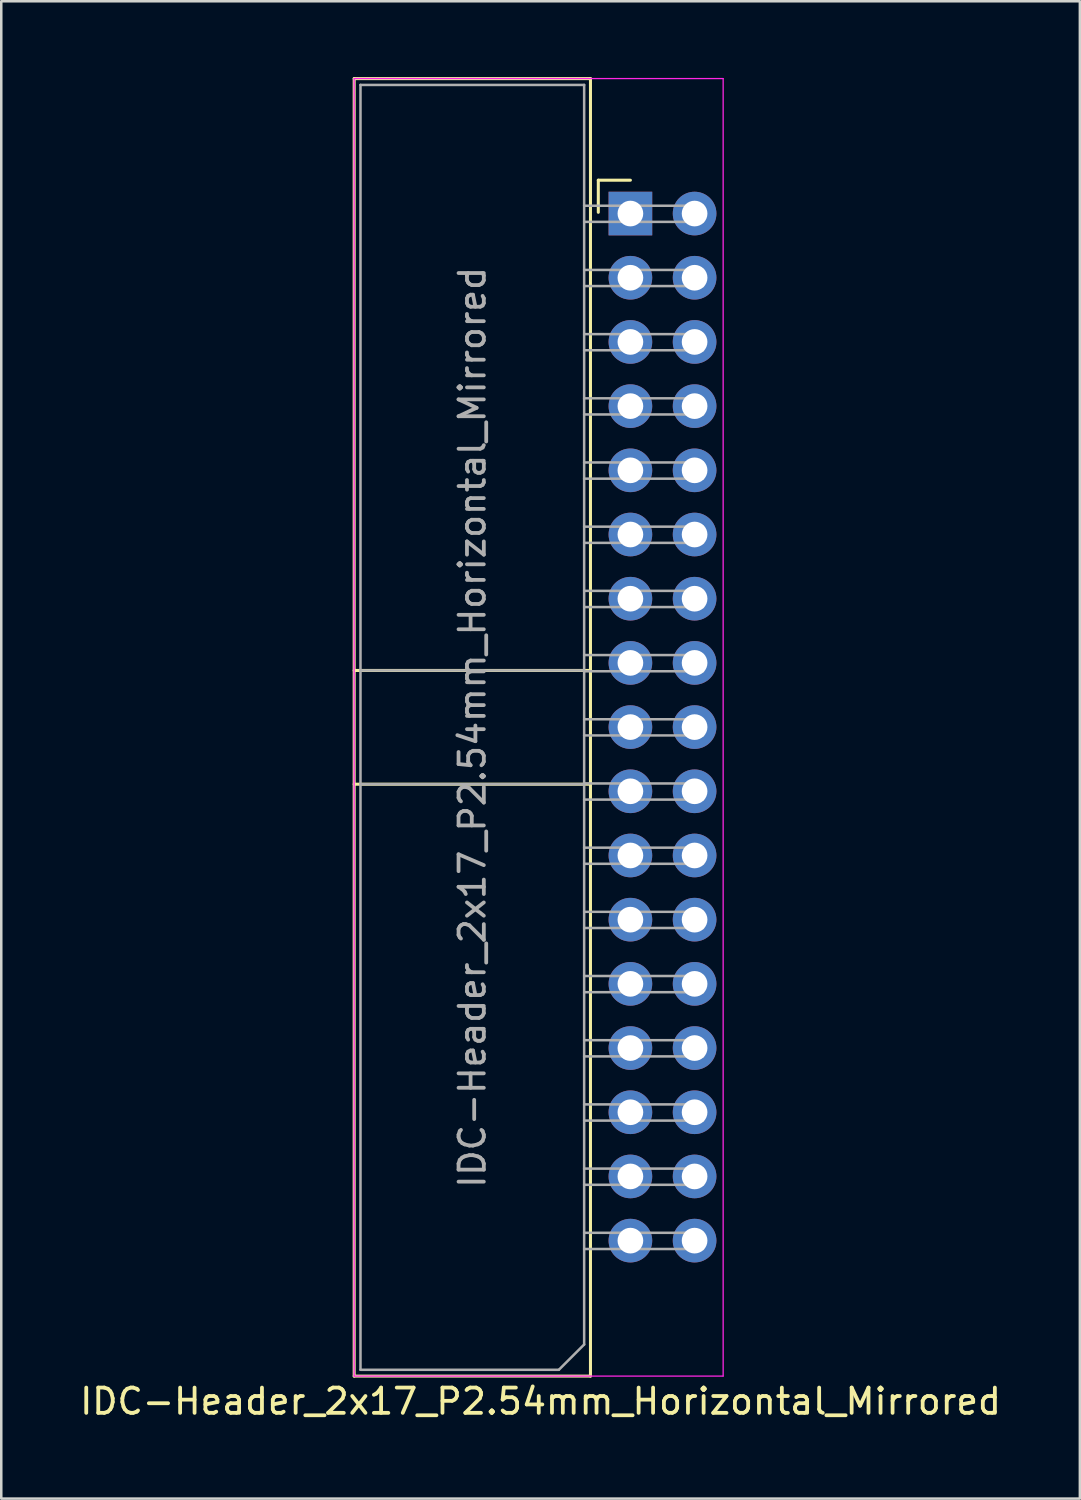
<source format=kicad_pcb>
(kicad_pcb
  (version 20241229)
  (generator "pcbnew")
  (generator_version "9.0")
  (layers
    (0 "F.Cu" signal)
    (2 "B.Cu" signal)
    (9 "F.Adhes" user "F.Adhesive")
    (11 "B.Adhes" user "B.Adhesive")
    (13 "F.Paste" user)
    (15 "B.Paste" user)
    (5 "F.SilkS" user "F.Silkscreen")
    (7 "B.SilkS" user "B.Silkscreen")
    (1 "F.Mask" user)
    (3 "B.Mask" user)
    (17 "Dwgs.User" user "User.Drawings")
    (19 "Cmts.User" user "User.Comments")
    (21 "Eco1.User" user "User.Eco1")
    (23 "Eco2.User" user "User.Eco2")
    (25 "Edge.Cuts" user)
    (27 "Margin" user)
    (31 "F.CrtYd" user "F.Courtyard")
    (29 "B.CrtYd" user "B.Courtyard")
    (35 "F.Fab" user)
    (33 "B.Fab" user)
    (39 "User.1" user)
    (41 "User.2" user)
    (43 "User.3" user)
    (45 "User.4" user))
  (footprint "IDC-Header_2x17_P2.54mm_Horizontal_Mirrored"
    (layer "F.Cu")
    (at 21.894 5.4)
    (property "Reference" "IDC-Header_2x17_P2.54mm_Horizontal_Mirrored" (at -3.555 47 180) (layer "F.SilkS") (effects (font (size 1 1) (thickness 0.15))))
    (attr through_hole)
    (fp_line (start -10.93 46) (end -10.93 -5.34) (stroke (width 0.12) (type solid)) (layer "F.SilkS"))
    (fp_line (start -1.58 -5.34) (end -10.93 -5.34) (stroke (width 0.12) (type solid)) (layer "F.SilkS"))
    (fp_line (start -1.58 -5.34) (end -1.58 46) (stroke (width 0.12) (type solid)) (layer "F.SilkS"))
    (fp_line (start -1.58 18.08) (end -10.93 18.08) (stroke (width 0.12) (type solid)) (layer "F.SilkS"))
    (fp_line (start -1.58 22.58) (end -10.93 22.58) (stroke (width 0.12) (type solid)) (layer "F.SilkS"))
    (fp_line (start -1.58 46) (end -10.93 46) (stroke (width 0.12) (type solid)) (layer "F.SilkS"))
    (fp_line (start -1.27 -1.32) (end -1.27 -0.05) (stroke (width 0.12) (type solid)) (layer "F.SilkS"))
    (fp_line (start 0 -1.32) (end -1.27 -1.32) (stroke (width 0.12) (type solid)) (layer "F.SilkS"))
    (fp_line (start -10.93 -5.34) (end 3.67 -5.34) (stroke (width 0.05) (type solid)) (layer "F.CrtYd"))
    (fp_line (start -10.93 46) (end -10.93 -5.34) (stroke (width 0.05) (type solid)) (layer "F.CrtYd"))
    (fp_line (start 3.67 -5.34) (end 3.67 46) (stroke (width 0.05) (type solid)) (layer "F.CrtYd"))
    (fp_line (start 3.67 46) (end -10.93 46) (stroke (width 0.05) (type solid)) (layer "F.CrtYd"))
    (fp_line (start -10.68 -5.09) (end -10.68 45.75) (stroke (width 0.1) (type solid)) (layer "F.Fab"))
    (fp_line (start -2.83 45.75) (end -10.68 45.75) (stroke (width 0.1) (type solid)) (layer "F.Fab"))
    (fp_line (start -1.83 -5.09) (end -10.68 -5.09) (stroke (width 0.1) (type solid)) (layer "F.Fab"))
    (fp_line (start -1.83 -5.09) (end -1.83 44.75) (stroke (width 0.1) (type solid)) (layer "F.Fab"))
    (fp_line (start -1.83 0.33) (end 2.87 0.33) (stroke (width 0.1) (type solid)) (layer "F.Fab"))
    (fp_line (start -1.83 2.87) (end 2.87 2.87) (stroke (width 0.1) (type solid)) (layer "F.Fab"))
    (fp_line (start -1.83 5.41) (end 2.87 5.41) (stroke (width 0.1) (type solid)) (layer "F.Fab"))
    (fp_line (start -1.83 7.95) (end 2.87 7.95) (stroke (width 0.1) (type solid)) (layer "F.Fab"))
    (fp_line (start -1.83 10.49) (end 2.87 10.49) (stroke (width 0.1) (type solid)) (layer "F.Fab"))
    (fp_line (start -1.83 13.03) (end 2.87 13.03) (stroke (width 0.1) (type solid)) (layer "F.Fab"))
    (fp_line (start -1.83 15.57) (end 2.87 15.57) (stroke (width 0.1) (type solid)) (layer "F.Fab"))
    (fp_line (start -1.83 18.08) (end -10.68 18.08) (stroke (width 0.1) (type solid)) (layer "F.Fab"))
    (fp_line (start -1.83 18.11) (end 2.87 18.11) (stroke (width 0.1) (type solid)) (layer "F.Fab"))
    (fp_line (start -1.83 20.65) (end 2.87 20.65) (stroke (width 0.1) (type solid)) (layer "F.Fab"))
    (fp_line (start -1.83 22.58) (end -10.68 22.58) (stroke (width 0.1) (type solid)) (layer "F.Fab"))
    (fp_line (start -1.83 23.19) (end 2.87 23.19) (stroke (width 0.1) (type solid)) (layer "F.Fab"))
    (fp_line (start -1.83 25.73) (end 2.87 25.73) (stroke (width 0.1) (type solid)) (layer "F.Fab"))
    (fp_line (start -1.83 28.27) (end 2.87 28.27) (stroke (width 0.1) (type solid)) (layer "F.Fab"))
    (fp_line (start -1.83 30.81) (end 2.87 30.81) (stroke (width 0.1) (type solid)) (layer "F.Fab"))
    (fp_line (start -1.83 33.35) (end 2.87 33.35) (stroke (width 0.1) (type solid)) (layer "F.Fab"))
    (fp_line (start -1.83 35.89) (end 2.87 35.89) (stroke (width 0.1) (type solid)) (layer "F.Fab"))
    (fp_line (start -1.83 38.43) (end 2.87 38.43) (stroke (width 0.1) (type solid)) (layer "F.Fab"))
    (fp_line (start -1.83 40.97) (end 2.87 40.97) (stroke (width 0.1) (type solid)) (layer "F.Fab"))
    (fp_line (start -1.83 44.75) (end -2.83 45.75) (stroke (width 0.1) (type solid)) (layer "F.Fab"))
    (fp_line (start 2.87 -0.31) (end -1.83 -0.31) (stroke (width 0.1) (type solid)) (layer "F.Fab"))
    (fp_line (start 2.87 0.33) (end 2.87 -0.31) (stroke (width 0.1) (type solid)) (layer "F.Fab"))
    (fp_line (start 2.87 2.23) (end -1.83 2.23) (stroke (width 0.1) (type solid)) (layer "F.Fab"))
    (fp_line (start 2.87 2.87) (end 2.87 2.23) (stroke (width 0.1) (type solid)) (layer "F.Fab"))
    (fp_line (start 2.87 4.77) (end -1.83 4.77) (stroke (width 0.1) (type solid)) (layer "F.Fab"))
    (fp_line (start 2.87 5.41) (end 2.87 4.77) (stroke (width 0.1) (type solid)) (layer "F.Fab"))
    (fp_line (start 2.87 7.31) (end -1.83 7.31) (stroke (width 0.1) (type solid)) (layer "F.Fab"))
    (fp_line (start 2.87 7.95) (end 2.87 7.31) (stroke (width 0.1) (type solid)) (layer "F.Fab"))
    (fp_line (start 2.87 9.85) (end -1.83 9.85) (stroke (width 0.1) (type solid)) (layer "F.Fab"))
    (fp_line (start 2.87 10.49) (end 2.87 9.85) (stroke (width 0.1) (type solid)) (layer "F.Fab"))
    (fp_line (start 2.87 12.39) (end -1.83 12.39) (stroke (width 0.1) (type solid)) (layer "F.Fab"))
    (fp_line (start 2.87 13.03) (end 2.87 12.39) (stroke (width 0.1) (type solid)) (layer "F.Fab"))
    (fp_line (start 2.87 14.93) (end -1.83 14.93) (stroke (width 0.1) (type solid)) (layer "F.Fab"))
    (fp_line (start 2.87 15.57) (end 2.87 14.93) (stroke (width 0.1) (type solid)) (layer "F.Fab"))
    (fp_line (start 2.87 17.47) (end -1.83 17.47) (stroke (width 0.1) (type solid)) (layer "F.Fab"))
    (fp_line (start 2.87 18.11) (end 2.87 17.47) (stroke (width 0.1) (type solid)) (layer "F.Fab"))
    (fp_line (start 2.87 20.01) (end -1.83 20.01) (stroke (width 0.1) (type solid)) (layer "F.Fab"))
    (fp_line (start 2.87 20.65) (end 2.87 20.01) (stroke (width 0.1) (type solid)) (layer "F.Fab"))
    (fp_line (start 2.87 22.55) (end -1.83 22.55) (stroke (width 0.1) (type solid)) (layer "F.Fab"))
    (fp_line (start 2.87 23.19) (end 2.87 22.55) (stroke (width 0.1) (type solid)) (layer "F.Fab"))
    (fp_line (start 2.87 25.09) (end -1.83 25.09) (stroke (width 0.1) (type solid)) (layer "F.Fab"))
    (fp_line (start 2.87 25.73) (end 2.87 25.09) (stroke (width 0.1) (type solid)) (layer "F.Fab"))
    (fp_line (start 2.87 27.63) (end -1.83 27.63) (stroke (width 0.1) (type solid)) (layer "F.Fab"))
    (fp_line (start 2.87 28.27) (end 2.87 27.63) (stroke (width 0.1) (type solid)) (layer "F.Fab"))
    (fp_line (start 2.87 30.17) (end -1.83 30.17) (stroke (width 0.1) (type solid)) (layer "F.Fab"))
    (fp_line (start 2.87 30.81) (end 2.87 30.17) (stroke (width 0.1) (type solid)) (layer "F.Fab"))
    (fp_line (start 2.87 32.71) (end -1.83 32.71) (stroke (width 0.1) (type solid)) (layer "F.Fab"))
    (fp_line (start 2.87 33.35) (end 2.87 32.71) (stroke (width 0.1) (type solid)) (layer "F.Fab"))
    (fp_line (start 2.87 35.25) (end -1.83 35.25) (stroke (width 0.1) (type solid)) (layer "F.Fab"))
    (fp_line (start 2.87 35.89) (end 2.87 35.25) (stroke (width 0.1) (type solid)) (layer "F.Fab"))
    (fp_line (start 2.87 37.79) (end -1.83 37.79) (stroke (width 0.1) (type solid)) (layer "F.Fab"))
    (fp_line (start 2.87 38.43) (end 2.87 37.79) (stroke (width 0.1) (type solid)) (layer "F.Fab"))
    (fp_line (start 2.87 40.33) (end -1.83 40.33) (stroke (width 0.1) (type solid)) (layer "F.Fab"))
    (fp_line (start 2.87 40.97) (end 2.87 40.33) (stroke (width 0.1) (type solid)) (layer "F.Fab"))
    (fp_text user "${REFERENCE}" (at -6.255 20.33 270) (layer "F.Fab") (effects (font (size 1 1) (thickness 0.15))))
    (pad "1" thru_hole rect (at 0 0) (size 1.727 1.727) (drill 1.016) (layers "*.Cu" "*.Mask"))
    (pad "2" thru_hole oval (at 2.54 0) (size 1.727 1.727) (drill 1.016) (layers "*.Cu" "*.Mask"))
    (pad "3" thru_hole oval (at 0 2.54) (size 1.727 1.727) (drill 1.016) (layers "*.Cu" "*.Mask"))
    (pad "4" thru_hole oval (at 2.54 2.54) (size 1.727 1.727) (drill 1.016) (layers "*.Cu" "*.Mask"))
    (pad "5" thru_hole oval (at 0 5.08) (size 1.727 1.727) (drill 1.016) (layers "*.Cu" "*.Mask"))
    (pad "6" thru_hole oval (at 2.54 5.08) (size 1.727 1.727) (drill 1.016) (layers "*.Cu" "*.Mask"))
    (pad "7" thru_hole oval (at 0 7.62) (size 1.727 1.727) (drill 1.016) (layers "*.Cu" "*.Mask"))
    (pad "8" thru_hole oval (at 2.54 7.62) (size 1.727 1.727) (drill 1.016) (layers "*.Cu" "*.Mask"))
    (pad "9" thru_hole oval (at 0 10.16) (size 1.727 1.727) (drill 1.016) (layers "*.Cu" "*.Mask"))
    (pad "10" thru_hole oval (at 2.54 10.16) (size 1.727 1.727) (drill 1.016) (layers "*.Cu" "*.Mask"))
    (pad "11" thru_hole oval (at 0 12.7) (size 1.727 1.727) (drill 1.016) (layers "*.Cu" "*.Mask"))
    (pad "12" thru_hole oval (at 2.54 12.7) (size 1.727 1.727) (drill 1.016) (layers "*.Cu" "*.Mask"))
    (pad "13" thru_hole oval (at 0 15.24) (size 1.727 1.727) (drill 1.016) (layers "*.Cu" "*.Mask"))
    (pad "14" thru_hole oval (at 2.54 15.24) (size 1.727 1.727) (drill 1.016) (layers "*.Cu" "*.Mask"))
    (pad "15" thru_hole oval (at 0 17.78) (size 1.727 1.727) (drill 1.016) (layers "*.Cu" "*.Mask"))
    (pad "16" thru_hole oval (at 2.54 17.78) (size 1.727 1.727) (drill 1.016) (layers "*.Cu" "*.Mask"))
    (pad "17" thru_hole oval (at 0 20.32) (size 1.727 1.727) (drill 1.016) (layers "*.Cu" "*.Mask"))
    (pad "18" thru_hole oval (at 2.54 20.32) (size 1.727 1.727) (drill 1.016) (layers "*.Cu" "*.Mask"))
    (pad "19" thru_hole oval (at 0 22.86) (size 1.727 1.727) (drill 1.016) (layers "*.Cu" "*.Mask"))
    (pad "20" thru_hole oval (at 2.54 22.86) (size 1.727 1.727) (drill 1.016) (layers "*.Cu" "*.Mask"))
    (pad "21" thru_hole oval (at 0 25.4) (size 1.727 1.727) (drill 1.016) (layers "*.Cu" "*.Mask"))
    (pad "22" thru_hole oval (at 2.54 25.4) (size 1.727 1.727) (drill 1.016) (layers "*.Cu" "*.Mask"))
    (pad "23" thru_hole oval (at 0 27.94) (size 1.727 1.727) (drill 1.016) (layers "*.Cu" "*.Mask"))
    (pad "24" thru_hole oval (at 2.54 27.94) (size 1.727 1.727) (drill 1.016) (layers "*.Cu" "*.Mask"))
    (pad "25" thru_hole oval (at 0 30.48) (size 1.727 1.727) (drill 1.016) (layers "*.Cu" "*.Mask"))
    (pad "26" thru_hole oval (at 2.54 30.48) (size 1.727 1.727) (drill 1.016) (layers "*.Cu" "*.Mask"))
    (pad "27" thru_hole oval (at 0 33.02) (size 1.727 1.727) (drill 1.016) (layers "*.Cu" "*.Mask"))
    (pad "28" thru_hole oval (at 2.54 33.02) (size 1.727 1.727) (drill 1.016) (layers "*.Cu" "*.Mask"))
    (pad "29" thru_hole oval (at 0 35.56) (size 1.727 1.727) (drill 1.016) (layers "*.Cu" "*.Mask"))
    (pad "30" thru_hole oval (at 2.54 35.56) (size 1.727 1.727) (drill 1.016) (layers "*.Cu" "*.Mask"))
    (pad "31" thru_hole oval (at 0 38.1) (size 1.727 1.727) (drill 1.016) (layers "*.Cu" "*.Mask"))
    (pad "32" thru_hole oval (at 2.54 38.1) (size 1.727 1.727) (drill 1.016) (layers "*.Cu" "*.Mask"))
    (pad "33" thru_hole oval (at 0 40.64) (size 1.727 1.727) (drill 1.016) (layers "*.Cu" "*.Mask"))
    (pad "34" thru_hole oval (at 2.54 40.64) (size 1.727 1.727) (drill 1.016) (layers "*.Cu" "*.Mask")))
  (gr_rect
    (start -3 -3)
    (end 39.679 56.248)
    (stroke (width 0.1) (type default))
    (fill no)
    (layer "Edge.Cuts")))
</source>
